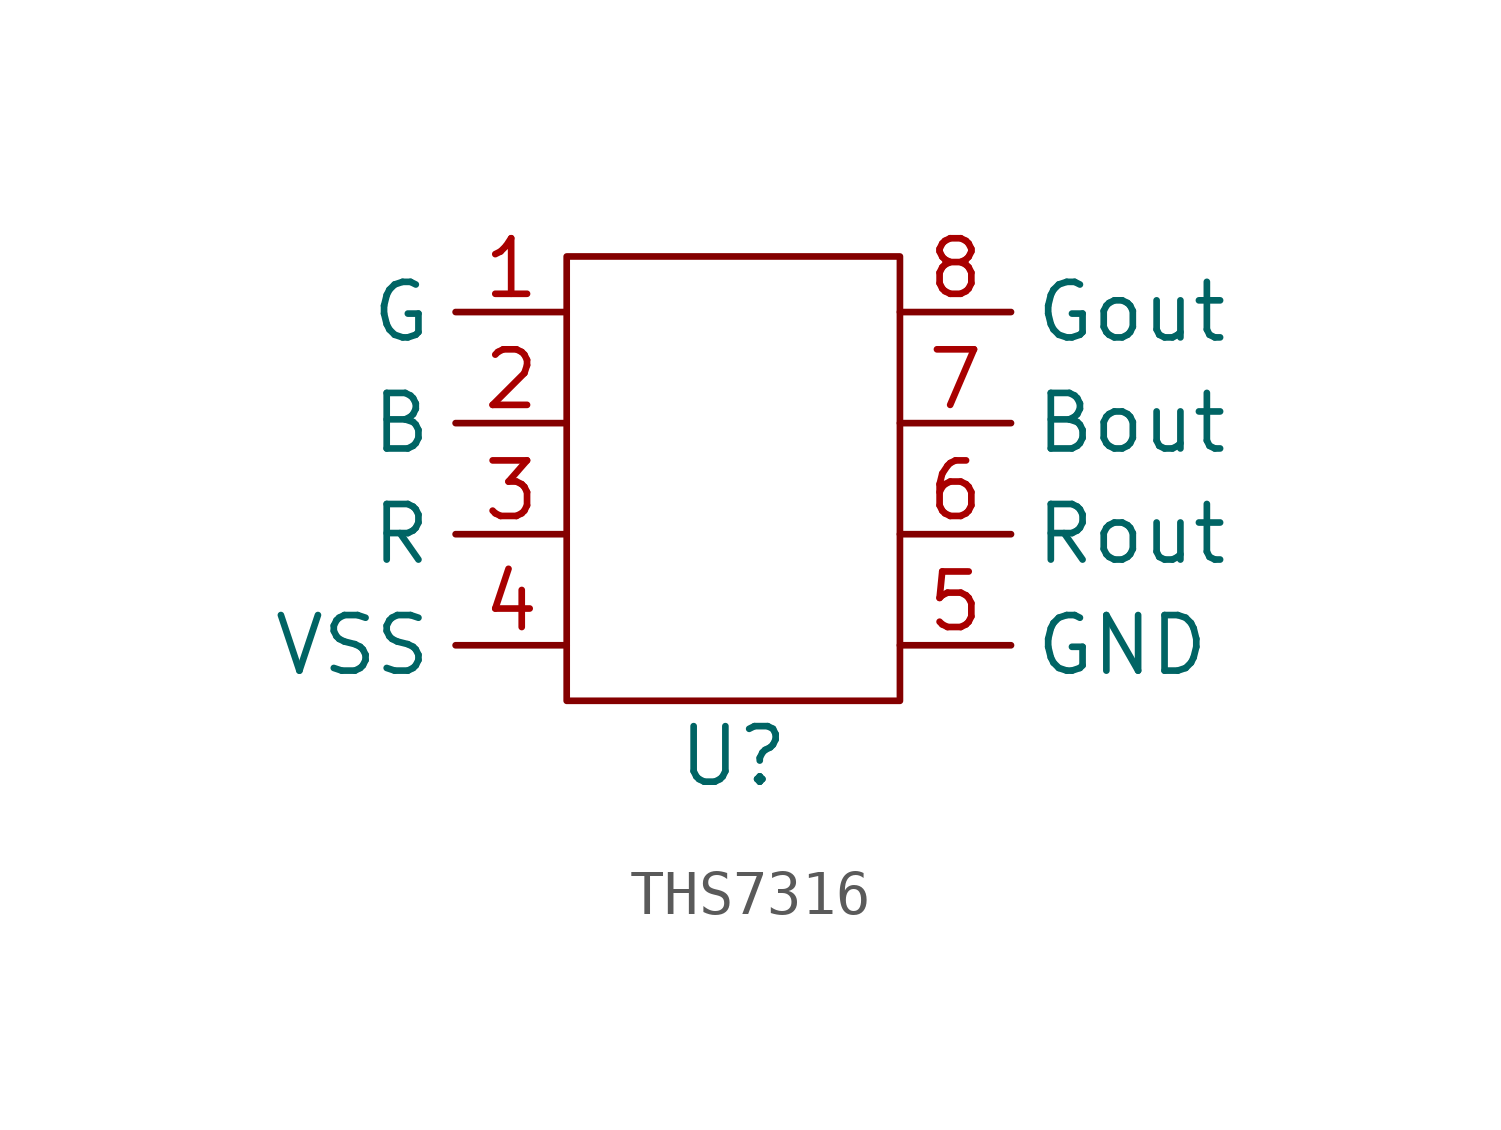
<source format=kicad_sym>
(kicad_symbol_lib
  (version 20220914)
  (generator kicad_symbol_editor)
  (symbol "THS7316"
    (property "Reference" "U"
      (at 0 0 0)
      (effects (font (size 1.27 1.27))))
    (property "Value" ""
      (at 0 0 0)
      (effects (font (size 1.27 1.27))))
    (symbol "THS7316_0_1"
      (polyline (pts (xy -3.81 11.43) (xy 3.81 11.43) (xy 3.81 1.27) (xy -3.81 1.27) (xy -3.81 11.43)) (stroke (width 0) (type default)) (fill (type none))))
    (symbol "THS7316_1_1"
      (pin input line (at -3.81 10.16 180) (length 2.54) (name "G" (effects (font (size 1.27 1.27)))) (number "1" (effects (font (size 1.27 1.27)))))
      (pin input line (at -3.81 7.62 180) (length 2.54) (name "B" (effects (font (size 1.27 1.27)))) (number "2" (effects (font (size 1.27 1.27)))))
      (pin input line (at -3.81 5.08 180) (length 2.54) (name "R" (effects (font (size 1.27 1.27)))) (number "3" (effects (font (size 1.27 1.27)))))
      (pin input line (at -3.81 2.54 180) (length 2.54) (name "VSS" (effects (font (size 1.27 1.27)))) (number "4" (effects (font (size 1.27 1.27)))))
      (pin output line (at 3.81 2.54 0) (length 2.54) (name "GND" (effects (font (size 1.27 1.27)))) (number "5" (effects (font (size 1.27 1.27)))))
      (pin output line (at 3.81 5.08 0) (length 2.54) (name "Rout" (effects (font (size 1.27 1.27)))) (number "6" (effects (font (size 1.27 1.27)))))
      (pin output line (at 3.81 7.62 0) (length 2.54) (name "Bout" (effects (font (size 1.27 1.27)))) (number "7" (effects (font (size 1.27 1.27)))))
      (pin output line (at 3.81 10.16 0) (length 2.54) (name "Gout" (effects (font (size 1.27 1.27)))) (number "8" (effects (font (size 1.27 1.27))))))))
</source>
